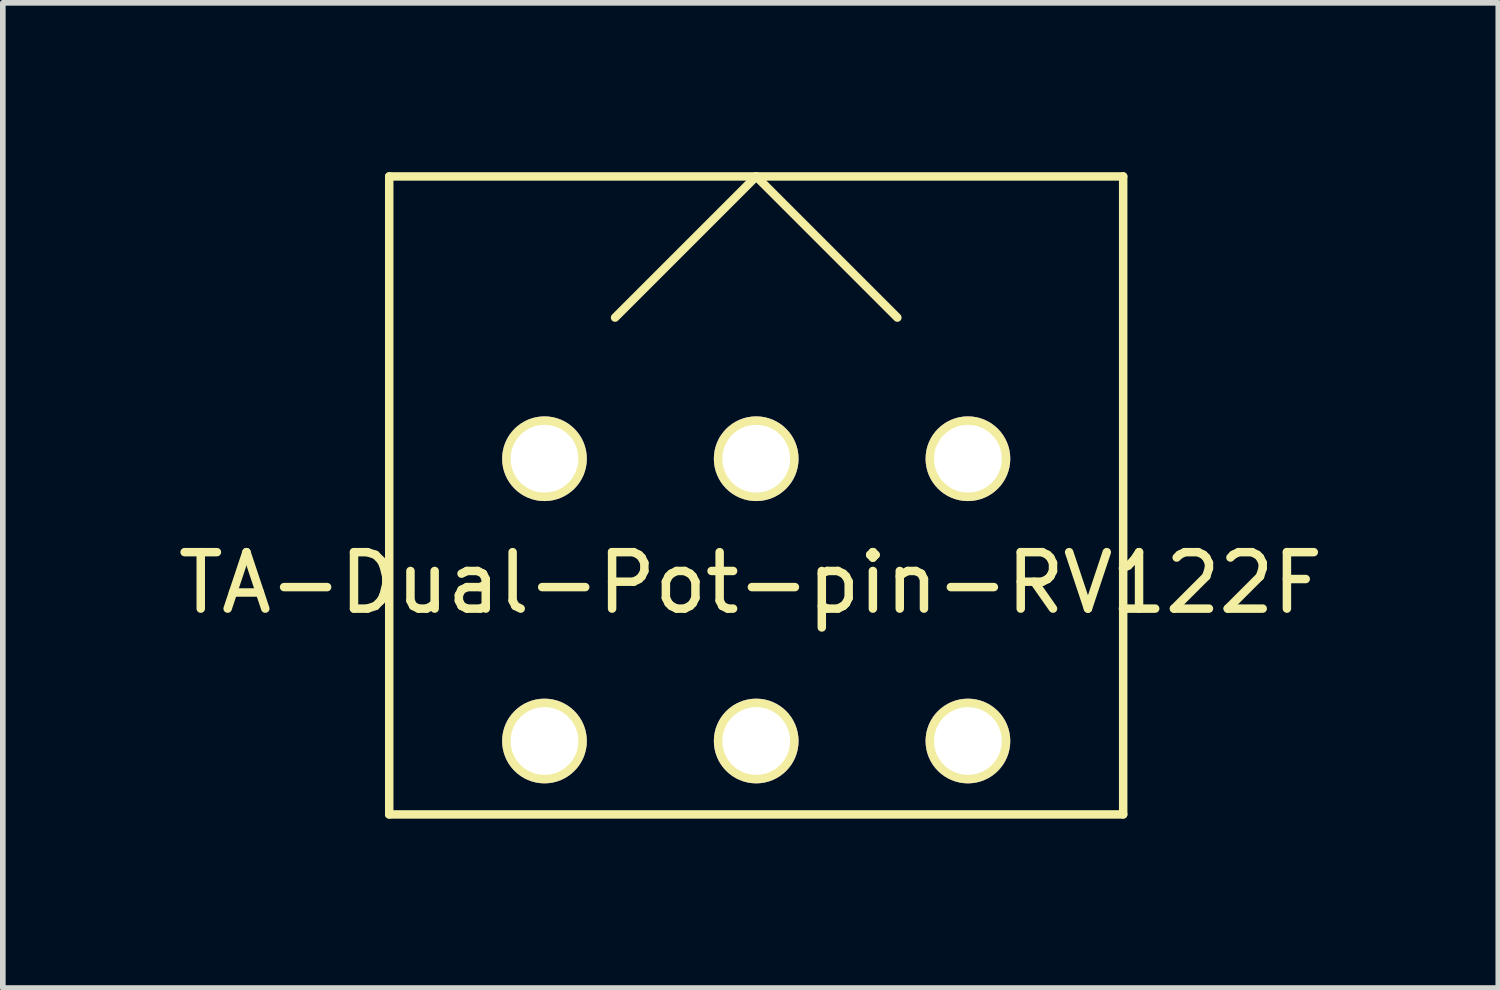
<source format=kicad_pcb>
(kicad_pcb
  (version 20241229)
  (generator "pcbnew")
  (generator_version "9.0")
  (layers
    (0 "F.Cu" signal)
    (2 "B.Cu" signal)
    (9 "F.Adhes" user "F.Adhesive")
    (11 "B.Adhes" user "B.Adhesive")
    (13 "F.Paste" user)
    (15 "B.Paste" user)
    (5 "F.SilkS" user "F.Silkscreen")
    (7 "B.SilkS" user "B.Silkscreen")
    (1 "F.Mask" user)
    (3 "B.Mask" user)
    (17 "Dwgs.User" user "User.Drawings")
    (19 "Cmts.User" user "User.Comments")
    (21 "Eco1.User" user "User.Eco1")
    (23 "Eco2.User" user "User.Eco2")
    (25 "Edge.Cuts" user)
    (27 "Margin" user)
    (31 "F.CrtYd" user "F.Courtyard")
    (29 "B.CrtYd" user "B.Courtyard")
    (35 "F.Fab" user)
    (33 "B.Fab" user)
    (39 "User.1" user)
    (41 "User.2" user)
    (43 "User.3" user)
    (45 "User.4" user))
  (footprint "TA-Dual-Pot-pin-RV122F"
    (layer "F.Cu")
    (at 10.344 5.075)
    (property "Reference" "TA-Dual-Pot-pin-RV122F" (at -0.1 2.2 0) (layer "F.SilkS") (effects (font (size 1 1) (thickness 0.15))))
    (attr through_hole)
    (fp_line (start -6.5 -5) (end 6.5 -5) (stroke (width 0.15) (type solid)) (layer "F.SilkS"))
    (fp_line (start -6.5 6.3) (end -6.5 -5) (stroke (width 0.15) (type solid)) (layer "F.SilkS"))
    (fp_line (start -6.5 6.3) (end 6.5 6.3) (stroke (width 0.15) (type solid)) (layer "F.SilkS"))
    (fp_line (start 0 -5) (end -2.5 -2.5) (stroke (width 0.15) (type solid)) (layer "F.SilkS"))
    (fp_line (start 0 -5) (end 2.5 -2.5) (stroke (width 0.15) (type solid)) (layer "F.SilkS"))
    (fp_line (start 6.5 -5) (end 6.5 6.3) (stroke (width 0.15) (type solid)) (layer "F.SilkS"))
    (pad "1" thru_hole circle (at -3.75 0) (size 1.5 1.5) (drill 1.2) (layers "*.Cu" "*.Mask" "F.SilkS"))
    (pad "2" thru_hole circle (at 0 0) (size 1.5 1.5) (drill 1.2) (layers "*.Cu" "*.Mask" "F.SilkS"))
    (pad "3" thru_hole circle (at 3.75 0) (size 1.5 1.5) (drill 1.2) (layers "*.Cu" "*.Mask" "F.SilkS"))
    (pad "4" thru_hole circle (at -3.75 5) (size 1.5 1.5) (drill 1.2) (layers "*.Cu" "*.Mask" "F.SilkS"))
    (pad "5" thru_hole circle (at 0 5) (size 1.5 1.5) (drill 1.2) (layers "*.Cu" "*.Mask" "F.SilkS"))
    (pad "6" thru_hole circle (at 3.75 5) (size 1.5 1.5) (drill 1.2) (layers "*.Cu" "*.Mask" "F.SilkS")))
  (gr_rect
    (start -3 -3)
    (end 23.488 14.45)
    (stroke (width 0.1) (type default))
    (fill no)
    (layer "Edge.Cuts")))
</source>
